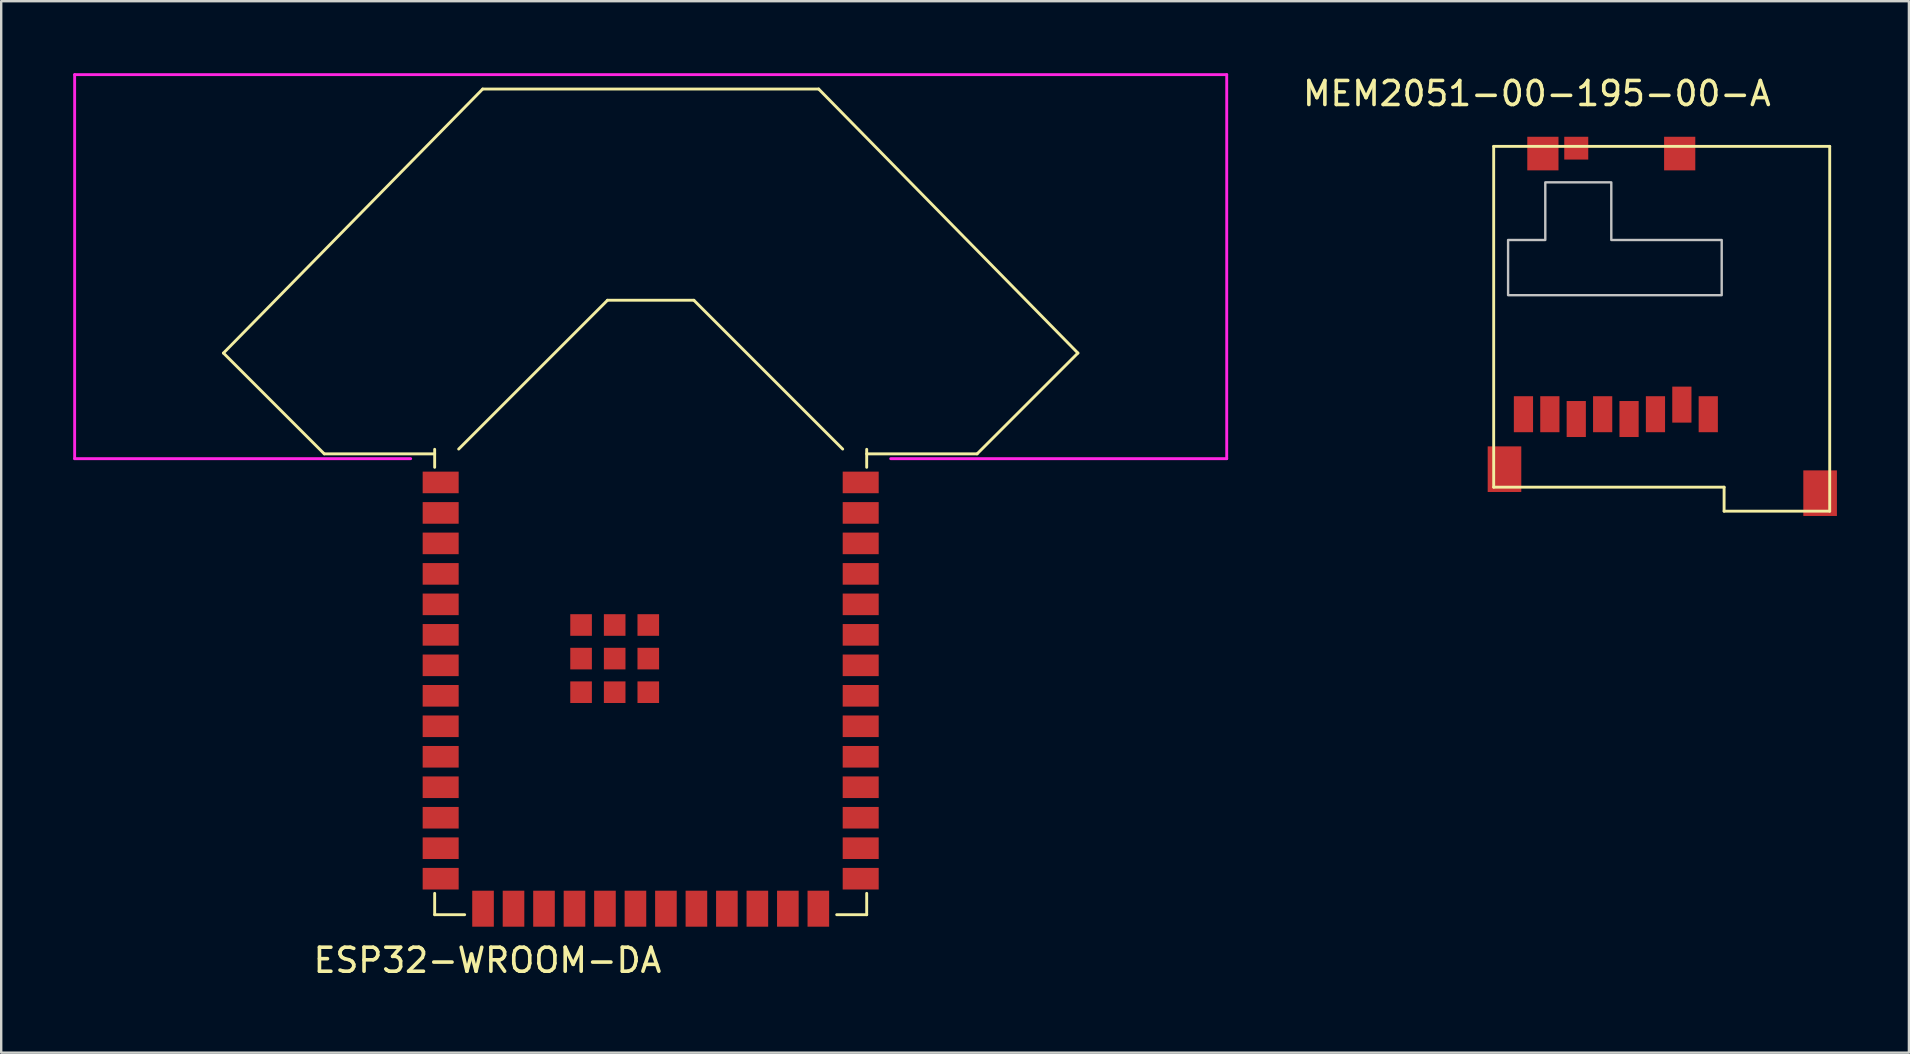
<source format=kicad_pcb>
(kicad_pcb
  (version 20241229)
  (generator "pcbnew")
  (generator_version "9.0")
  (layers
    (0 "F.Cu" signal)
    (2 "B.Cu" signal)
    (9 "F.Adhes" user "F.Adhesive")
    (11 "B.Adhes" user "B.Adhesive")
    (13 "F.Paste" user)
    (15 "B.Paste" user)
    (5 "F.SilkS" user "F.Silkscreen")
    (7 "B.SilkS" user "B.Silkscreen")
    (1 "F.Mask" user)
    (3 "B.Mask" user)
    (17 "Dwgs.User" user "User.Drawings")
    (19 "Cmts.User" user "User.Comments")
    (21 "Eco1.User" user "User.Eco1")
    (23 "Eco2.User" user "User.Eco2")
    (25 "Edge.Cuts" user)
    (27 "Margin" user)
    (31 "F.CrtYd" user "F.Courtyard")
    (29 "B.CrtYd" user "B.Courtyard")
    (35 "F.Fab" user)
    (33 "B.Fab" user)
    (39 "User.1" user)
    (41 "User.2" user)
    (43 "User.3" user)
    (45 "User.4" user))
  (footprint "MEM2051-00-195-00-A"
    (layer "F.Cu")
    (at 60.583 4.048)
    (property "Reference" "MEM2051-00-195-00-A" (at 0.4 -3.2 0) (layer "F.SilkS") (effects (font (size 1 1) (thickness 0.15))))
    (attr through_hole)
    (fp_line (start -1.4 -1) (end 12.6 -1) (stroke (width 0.12) (type solid)) (layer "F.SilkS"))
    (fp_line (start -1.4 13.2) (end -1.4 -1) (stroke (width 0.12) (type solid)) (layer "F.SilkS"))
    (fp_line (start 8.2 13.2) (end -1.4 13.2) (stroke (width 0.12) (type solid)) (layer "F.SilkS"))
    (fp_line (start 8.2 14.2) (end 8.2 13.2) (stroke (width 0.12) (type solid)) (layer "F.SilkS"))
    (fp_line (start 12.6 -1) (end 12.6 14.2) (stroke (width 0.12) (type solid)) (layer "F.SilkS"))
    (fp_line (start 12.6 14.2) (end 8.2 14.2) (stroke (width 0.12) (type solid)) (layer "F.SilkS"))
    (fp_poly (pts (xy 3.5 2.9) (xy 8.1 2.9) (xy 8.1 5.2) (xy -0.8 5.2) (xy -0.8 2.9) (xy 0.75 2.9) (xy 0.75 0.5) (xy 3.5 0.5)) (stroke (width 0.1) (type solid)) (fill no) (layer "Dwgs.User"))
    (pad "1" smd rect (at 7.54 10.16) (size 0.8 1.5) (layers "F.Cu" "F.Mask" "F.Paste"))
    (pad "2" smd rect (at 6.44 9.76) (size 0.8 1.5) (layers "F.Cu" "F.Mask" "F.Paste"))
    (pad "3" smd rect (at 5.34 10.16) (size 0.8 1.5) (layers "F.Cu" "F.Mask" "F.Paste"))
    (pad "4" smd rect (at 4.24 10.36) (size 0.8 1.5) (layers "F.Cu" "F.Mask" "F.Paste"))
    (pad "5" smd rect (at 3.14 10.16) (size 0.8 1.5) (layers "F.Cu" "F.Mask" "F.Paste"))
    (pad "6" smd rect (at 2.04 10.36) (size 0.8 1.5) (layers "F.Cu" "F.Mask" "F.Paste"))
    (pad "7" smd rect (at 0.94 10.16) (size 0.8 1.5) (layers "F.Cu" "F.Mask" "F.Paste"))
    (pad "8" smd rect (at -0.16 10.16) (size 0.8 1.5) (layers "F.Cu" "F.Mask" "F.Paste"))
    (pad "9" smd rect (at 2.04 -0.925) (size 1 0.95) (layers "F.Cu" "F.Mask" "F.Paste"))
    (pad "11" smd rect (at -0.95 12.45) (size 1.4 1.9) (layers "F.Cu" "F.Mask" "F.Paste"))
    (pad "11" smd rect (at 0.65 -0.7) (size 1.3 1.4) (layers "F.Cu" "F.Mask" "F.Paste"))
    (pad "11" smd rect (at 6.35 -0.7) (size 1.3 1.4) (layers "F.Cu" "F.Mask" "F.Paste"))
    (pad "11" smd rect (at 12.2 13.45) (size 1.4 1.9) (layers "F.Cu" "F.Mask" "F.Paste")))
  (footprint "ESP32-WROOM-DA"
    (layer "F.Cu")
    (at 15.06 35.06)
    (property "Reference" "ESP32-WROOM-DA" (at 2.2 1.9 0) (layer "F.SilkS") (effects (font (size 1 1) (thickness 0.15))))
    (attr through_hole)
    (fp_line (start -8.8 -23.4) (end 2 -34.4) (stroke (width 0.12) (type solid)) (layer "F.SilkS"))
    (fp_line (start -4.6 -19.2) (end -8.8 -23.4) (stroke (width 0.12) (type solid)) (layer "F.SilkS"))
    (fp_line (start 0 -19.2) (end -4.6 -19.2) (stroke (width 0.12) (type solid)) (layer "F.SilkS"))
    (fp_line (start 0 -18.64) (end 0 -19.39) (stroke (width 0.12) (type solid)) (layer "F.SilkS"))
    (fp_line (start 0 0) (end 0 -0.89) (stroke (width 0.12) (type solid)) (layer "F.SilkS"))
    (fp_line (start 0 0) (end 1.25 0) (stroke (width 0.12) (type solid)) (layer "F.SilkS"))
    (fp_line (start 1 -19.4) (end 7.2 -25.6) (stroke (width 0.12) (type solid)) (layer "F.SilkS"))
    (fp_line (start 2 -34.4) (end 16 -34.4) (stroke (width 0.12) (type solid)) (layer "F.SilkS"))
    (fp_line (start 7.2 -25.6) (end 10.8 -25.6) (stroke (width 0.12) (type solid)) (layer "F.SilkS"))
    (fp_line (start 10.8 -25.6) (end 17 -19.4) (stroke (width 0.12) (type solid)) (layer "F.SilkS"))
    (fp_line (start 18 -19.39) (end 18 -18.64) (stroke (width 0.12) (type solid)) (layer "F.SilkS"))
    (fp_line (start 18 -19.2) (end 22.6 -19.2) (stroke (width 0.12) (type solid)) (layer "F.SilkS"))
    (fp_line (start 18 0) (end 16.75 0) (stroke (width 0.12) (type solid)) (layer "F.SilkS"))
    (fp_line (start 18 0) (end 18 -0.89) (stroke (width 0.12) (type solid)) (layer "F.SilkS"))
    (fp_line (start 22.6 -19.2) (end 26.8 -23.4) (stroke (width 0.12) (type solid)) (layer "F.SilkS"))
    (fp_line (start 26.8 -23.4) (end 16 -34.4) (stroke (width 0.12) (type solid)) (layer "F.SilkS"))
    (fp_line (start -15 -35) (end 33 -35) (stroke (width 0.12) (type solid)) (layer "F.CrtYd"))
    (fp_line (start -15 -19) (end -15 -35) (stroke (width 0.12) (type solid)) (layer "F.CrtYd"))
    (fp_line (start -1 -19) (end -15 -19) (stroke (width 0.12) (type solid)) (layer "F.CrtYd"))
    (fp_line (start 33 -35) (end 33 -19) (stroke (width 0.12) (type solid)) (layer "F.CrtYd"))
    (fp_line (start 33 -19) (end 19 -19) (stroke (width 0.12) (type solid)) (layer "F.CrtYd"))
    (pad "1" smd rect (at 0.25 -18.01) (size 1.5 0.9) (layers "F.Cu" "F.Mask" "F.Paste"))
    (pad "2" smd rect (at 0.25 -16.74) (size 1.5 0.9) (layers "F.Cu" "F.Mask" "F.Paste"))
    (pad "3" smd rect (at 0.25 -15.47) (size 1.5 0.9) (layers "F.Cu" "F.Mask" "F.Paste"))
    (pad "4" smd rect (at 0.25 -14.2) (size 1.5 0.9) (layers "F.Cu" "F.Mask" "F.Paste"))
    (pad "5" smd rect (at 0.25 -12.93) (size 1.5 0.9) (layers "F.Cu" "F.Mask" "F.Paste"))
    (pad "6" smd rect (at 0.25 -11.66) (size 1.5 0.9) (layers "F.Cu" "F.Mask" "F.Paste"))
    (pad "7" smd rect (at 0.25 -10.39) (size 1.5 0.9) (layers "F.Cu" "F.Mask" "F.Paste"))
    (pad "8" smd rect (at 0.25 -9.12) (size 1.5 0.9) (layers "F.Cu" "F.Mask" "F.Paste"))
    (pad "9" smd rect (at 0.25 -7.85) (size 1.5 0.9) (layers "F.Cu" "F.Mask" "F.Paste"))
    (pad "10" smd rect (at 0.25 -6.58) (size 1.5 0.9) (layers "F.Cu" "F.Mask" "F.Paste"))
    (pad "11" smd rect (at 0.25 -5.31) (size 1.5 0.9) (layers "F.Cu" "F.Mask" "F.Paste"))
    (pad "12" smd rect (at 0.25 -4.04) (size 1.5 0.9) (layers "F.Cu" "F.Mask" "F.Paste"))
    (pad "13" smd rect (at 0.25 -2.77) (size 1.5 0.9) (layers "F.Cu" "F.Mask" "F.Paste"))
    (pad "14" smd rect (at 0.25 -1.5) (size 1.5 0.9) (layers "F.Cu" "F.Mask" "F.Paste"))
    (pad "15" smd rect (at 2.015 -0.25 90) (size 1.5 0.9) (layers "F.Cu" "F.Mask" "F.Paste"))
    (pad "16" smd rect (at 3.285 -0.25 90) (size 1.5 0.9) (layers "F.Cu" "F.Mask" "F.Paste"))
    (pad "17" smd rect (at 4.555 -0.25 90) (size 1.5 0.9) (layers "F.Cu" "F.Mask" "F.Paste"))
    (pad "18" smd rect (at 5.825 -0.25 90) (size 1.5 0.9) (layers "F.Cu" "F.Mask" "F.Paste"))
    (pad "19" smd rect (at 7.095 -0.25 90) (size 1.5 0.9) (layers "F.Cu" "F.Mask" "F.Paste"))
    (pad "20" smd rect (at 8.365 -0.25 90) (size 1.5 0.9) (layers "F.Cu" "F.Mask" "F.Paste"))
    (pad "21" smd rect (at 9.635 -0.25 90) (size 1.5 0.9) (layers "F.Cu" "F.Mask" "F.Paste"))
    (pad "22" smd rect (at 10.905 -0.25 90) (size 1.5 0.9) (layers "F.Cu" "F.Mask" "F.Paste"))
    (pad "23" smd rect (at 12.175 -0.25 90) (size 1.5 0.9) (layers "F.Cu" "F.Mask" "F.Paste"))
    (pad "24" smd rect (at 13.445 -0.25 90) (size 1.5 0.9) (layers "F.Cu" "F.Mask" "F.Paste"))
    (pad "25" smd rect (at 14.715 -0.25 90) (size 1.5 0.9) (layers "F.Cu" "F.Mask" "F.Paste"))
    (pad "26" smd rect (at 15.985 -0.25 90) (size 1.5 0.9) (layers "F.Cu" "F.Mask" "F.Paste"))
    (pad "27" smd rect (at 17.75 -1.5) (size 1.5 0.9) (layers "F.Cu" "F.Mask" "F.Paste"))
    (pad "28" smd rect (at 17.75 -2.77) (size 1.5 0.9) (layers "F.Cu" "F.Mask" "F.Paste"))
    (pad "29" smd rect (at 17.75 -4.04) (size 1.5 0.9) (layers "F.Cu" "F.Mask" "F.Paste"))
    (pad "30" smd rect (at 17.75 -5.31) (size 1.5 0.9) (layers "F.Cu" "F.Mask" "F.Paste"))
    (pad "31" smd rect (at 17.75 -6.58) (size 1.5 0.9) (layers "F.Cu" "F.Mask" "F.Paste"))
    (pad "32" smd rect (at 17.75 -7.85) (size 1.5 0.9) (layers "F.Cu" "F.Mask" "F.Paste"))
    (pad "33" smd rect (at 17.75 -9.12) (size 1.5 0.9) (layers "F.Cu" "F.Mask" "F.Paste"))
    (pad "34" smd rect (at 17.75 -10.39) (size 1.5 0.9) (layers "F.Cu" "F.Mask" "F.Paste"))
    (pad "35" smd rect (at 17.75 -11.66) (size 1.5 0.9) (layers "F.Cu" "F.Mask" "F.Paste"))
    (pad "36" smd rect (at 17.75 -12.93) (size 1.5 0.9) (layers "F.Cu" "F.Mask" "F.Paste"))
    (pad "37" smd rect (at 17.75 -14.2) (size 1.5 0.9) (layers "F.Cu" "F.Mask" "F.Paste"))
    (pad "38" smd rect (at 17.75 -15.47) (size 1.5 0.9) (layers "F.Cu" "F.Mask" "F.Paste"))
    (pad "39" smd rect (at 17.75 -16.74) (size 1.5 0.9) (layers "F.Cu" "F.Mask" "F.Paste"))
    (pad "40" smd rect (at 17.75 -18.01) (size 1.5 0.9) (layers "F.Cu" "F.Mask" "F.Paste"))
    (pad "43" smd rect (at 6.1 -12.07 90) (size 0.9 0.9) (layers "F.Cu" "F.Mask" "F.Paste"))
    (pad "43" smd rect (at 6.1 -10.67 90) (size 0.9 0.9) (layers "F.Cu" "F.Mask" "F.Paste"))
    (pad "43" smd rect (at 6.1 -9.27 90) (size 0.9 0.9) (layers "F.Cu" "F.Mask" "F.Paste"))
    (pad "43" smd rect (at 7.5 -12.07 90) (size 0.9 0.9) (layers "F.Cu" "F.Mask" "F.Paste"))
    (pad "43" smd rect (at 7.5 -10.67 90) (size 0.9 0.9) (layers "F.Cu" "F.Mask" "F.Paste"))
    (pad "43" smd rect (at 7.5 -9.27 90) (size 0.9 0.9) (layers "F.Cu" "F.Mask" "F.Paste"))
    (pad "43" smd rect (at 8.9 -12.07 180) (size 0.9 0.9) (layers "F.Cu" "F.Mask" "F.Paste"))
    (pad "43" smd rect (at 8.9 -10.67 90) (size 0.9 0.9) (layers "F.Cu" "F.Mask" "F.Paste"))
    (pad "43" smd rect (at 8.9 -9.27 90) (size 0.9 0.9) (layers "F.Cu" "F.Mask" "F.Paste")))
  (gr_rect
    (start -3 -3)
    (end 76.483 40.808)
    (stroke (width 0.1) (type default))
    (fill no)
    (layer "Edge.Cuts")))
</source>
